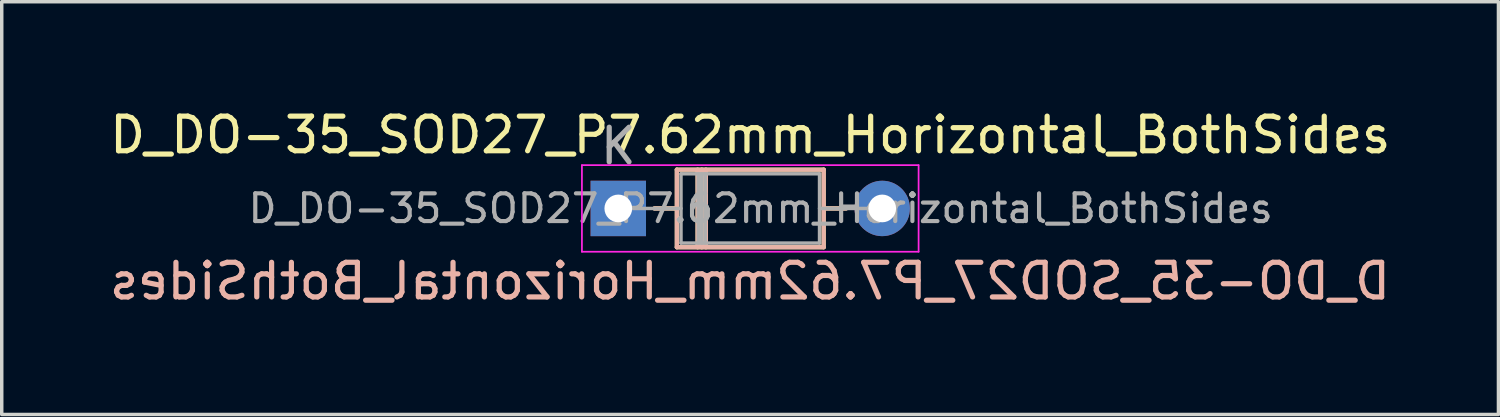
<source format=kicad_pcb>
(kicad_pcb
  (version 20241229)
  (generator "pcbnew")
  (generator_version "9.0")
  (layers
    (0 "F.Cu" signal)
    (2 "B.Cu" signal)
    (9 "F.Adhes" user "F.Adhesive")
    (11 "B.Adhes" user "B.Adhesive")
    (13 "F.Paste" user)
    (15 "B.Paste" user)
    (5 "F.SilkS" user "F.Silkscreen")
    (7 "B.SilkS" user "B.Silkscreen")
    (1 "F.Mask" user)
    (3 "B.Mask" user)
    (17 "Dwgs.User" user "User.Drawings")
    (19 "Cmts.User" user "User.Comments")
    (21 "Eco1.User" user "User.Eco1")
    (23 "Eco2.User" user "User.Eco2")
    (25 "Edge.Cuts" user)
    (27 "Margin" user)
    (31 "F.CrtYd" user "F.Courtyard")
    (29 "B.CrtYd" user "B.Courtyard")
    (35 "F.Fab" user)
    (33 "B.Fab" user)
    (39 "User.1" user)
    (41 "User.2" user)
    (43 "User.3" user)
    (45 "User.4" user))
  (footprint "D_DO-35_SOD27_P7.62mm_Horizontal_BothSides"
    (layer "F.Cu")
    (at 14.801 2.968)
    (property "Reference" "D_DO-35_SOD27_P7.62mm_Horizontal_BothSides" (at 3.81 -2.12 0) (layer "F.SilkS") (effects (font (size 1 1) (thickness 0.15))))
    (attr through_hole)
    (fp_line (start 1.04 0) (end 1.69 0) (stroke (width 0.12) (type solid)) (layer "F.SilkS"))
    (fp_line (start 1.69 -1.12) (end 1.69 1.12) (stroke (width 0.12) (type solid)) (layer "F.SilkS"))
    (fp_line (start 1.69 1.12) (end 5.93 1.12) (stroke (width 0.12) (type solid)) (layer "F.SilkS"))
    (fp_line (start 2.29 -1.12) (end 2.29 1.12) (stroke (width 0.12) (type solid)) (layer "F.SilkS"))
    (fp_line (start 2.41 -1.12) (end 2.41 1.12) (stroke (width 0.12) (type solid)) (layer "F.SilkS"))
    (fp_line (start 2.53 -1.12) (end 2.53 1.12) (stroke (width 0.12) (type solid)) (layer "F.SilkS"))
    (fp_line (start 5.93 -1.12) (end 1.69 -1.12) (stroke (width 0.12) (type solid)) (layer "F.SilkS"))
    (fp_line (start 5.93 1.12) (end 5.93 -1.12) (stroke (width 0.12) (type solid)) (layer "F.SilkS"))
    (fp_line (start 6.58 0) (end 5.93 0) (stroke (width 0.12) (type solid)) (layer "F.SilkS"))
    (fp_line (start 1.04 0) (end 1.69 0) (stroke (width 0.12) (type solid)) (layer "B.SilkS"))
    (fp_line (start 1.69 -1.12) (end 1.69 1.12) (stroke (width 0.12) (type solid)) (layer "B.SilkS"))
    (fp_line (start 1.69 1.12) (end 5.93 1.12) (stroke (width 0.12) (type solid)) (layer "B.SilkS"))
    (fp_line (start 2.29 -1.12) (end 2.29 1.12) (stroke (width 0.12) (type solid)) (layer "B.SilkS"))
    (fp_line (start 2.41 -1.12) (end 2.41 1.12) (stroke (width 0.12) (type solid)) (layer "B.SilkS"))
    (fp_line (start 2.53 -1.12) (end 2.53 1.12) (stroke (width 0.12) (type solid)) (layer "B.SilkS"))
    (fp_line (start 5.93 -1.12) (end 1.69 -1.12) (stroke (width 0.12) (type solid)) (layer "B.SilkS"))
    (fp_line (start 5.93 1.12) (end 5.93 -1.12) (stroke (width 0.12) (type solid)) (layer "B.SilkS"))
    (fp_line (start 6.58 0) (end 5.93 0) (stroke (width 0.12) (type solid)) (layer "B.SilkS"))
    (fp_line (start -1.05 -1.25) (end -1.05 1.25) (stroke (width 0.05) (type solid)) (layer "F.CrtYd"))
    (fp_line (start -1.05 1.25) (end 8.67 1.25) (stroke (width 0.05) (type solid)) (layer "F.CrtYd"))
    (fp_line (start 8.67 -1.25) (end -1.05 -1.25) (stroke (width 0.05) (type solid)) (layer "F.CrtYd"))
    (fp_line (start 8.67 1.25) (end 8.67 -1.25) (stroke (width 0.05) (type solid)) (layer "F.CrtYd"))
    (fp_line (start 0 0) (end 1.81 0) (stroke (width 0.1) (type solid)) (layer "F.Fab"))
    (fp_line (start 1.81 -1) (end 1.81 1) (stroke (width 0.1) (type solid)) (layer "F.Fab"))
    (fp_line (start 1.81 1) (end 5.81 1) (stroke (width 0.1) (type solid)) (layer "F.Fab"))
    (fp_line (start 2.31 -1) (end 2.31 1) (stroke (width 0.1) (type solid)) (layer "F.Fab"))
    (fp_line (start 2.41 -1) (end 2.41 1) (stroke (width 0.1) (type solid)) (layer "F.Fab"))
    (fp_line (start 2.51 -1) (end 2.51 1) (stroke (width 0.1) (type solid)) (layer "F.Fab"))
    (fp_line (start 5.81 -1) (end 1.81 -1) (stroke (width 0.1) (type solid)) (layer "F.Fab"))
    (fp_line (start 5.81 1) (end 5.81 -1) (stroke (width 0.1) (type solid)) (layer "F.Fab"))
    (fp_line (start 7.62 0) (end 5.81 0) (stroke (width 0.1) (type solid)) (layer "F.Fab"))
    (fp_text user "${REFERENCE}" (at 3.8 2.1 0) (layer "B.SilkS") (effects (font (size 1 1) (thickness 0.15)) (justify mirror)))
    (fp_text user "K" (at 0 -1.8 0) (layer "F.Fab") (effects (font (size 1 1) (thickness 0.15))))
    (fp_text user "${REFERENCE}" (at 4.11 0 0) (layer "F.Fab") (effects (font (size 0.8 0.8) (thickness 0.12))))
    (pad "1" thru_hole rect (at 0 0) (size 1.6 1.6) (drill 0.8) (layers "*.Cu" "*.Mask"))
    (pad "2" thru_hole oval (at 7.62 0) (size 1.6 1.6) (drill 0.8) (layers "*.Cu" "*.Mask")))
  (gr_rect
    (start -3 -3)
    (end 40.212 8.916)
    (stroke (width 0.1) (type default))
    (fill no)
    (layer "Edge.Cuts")))
</source>
